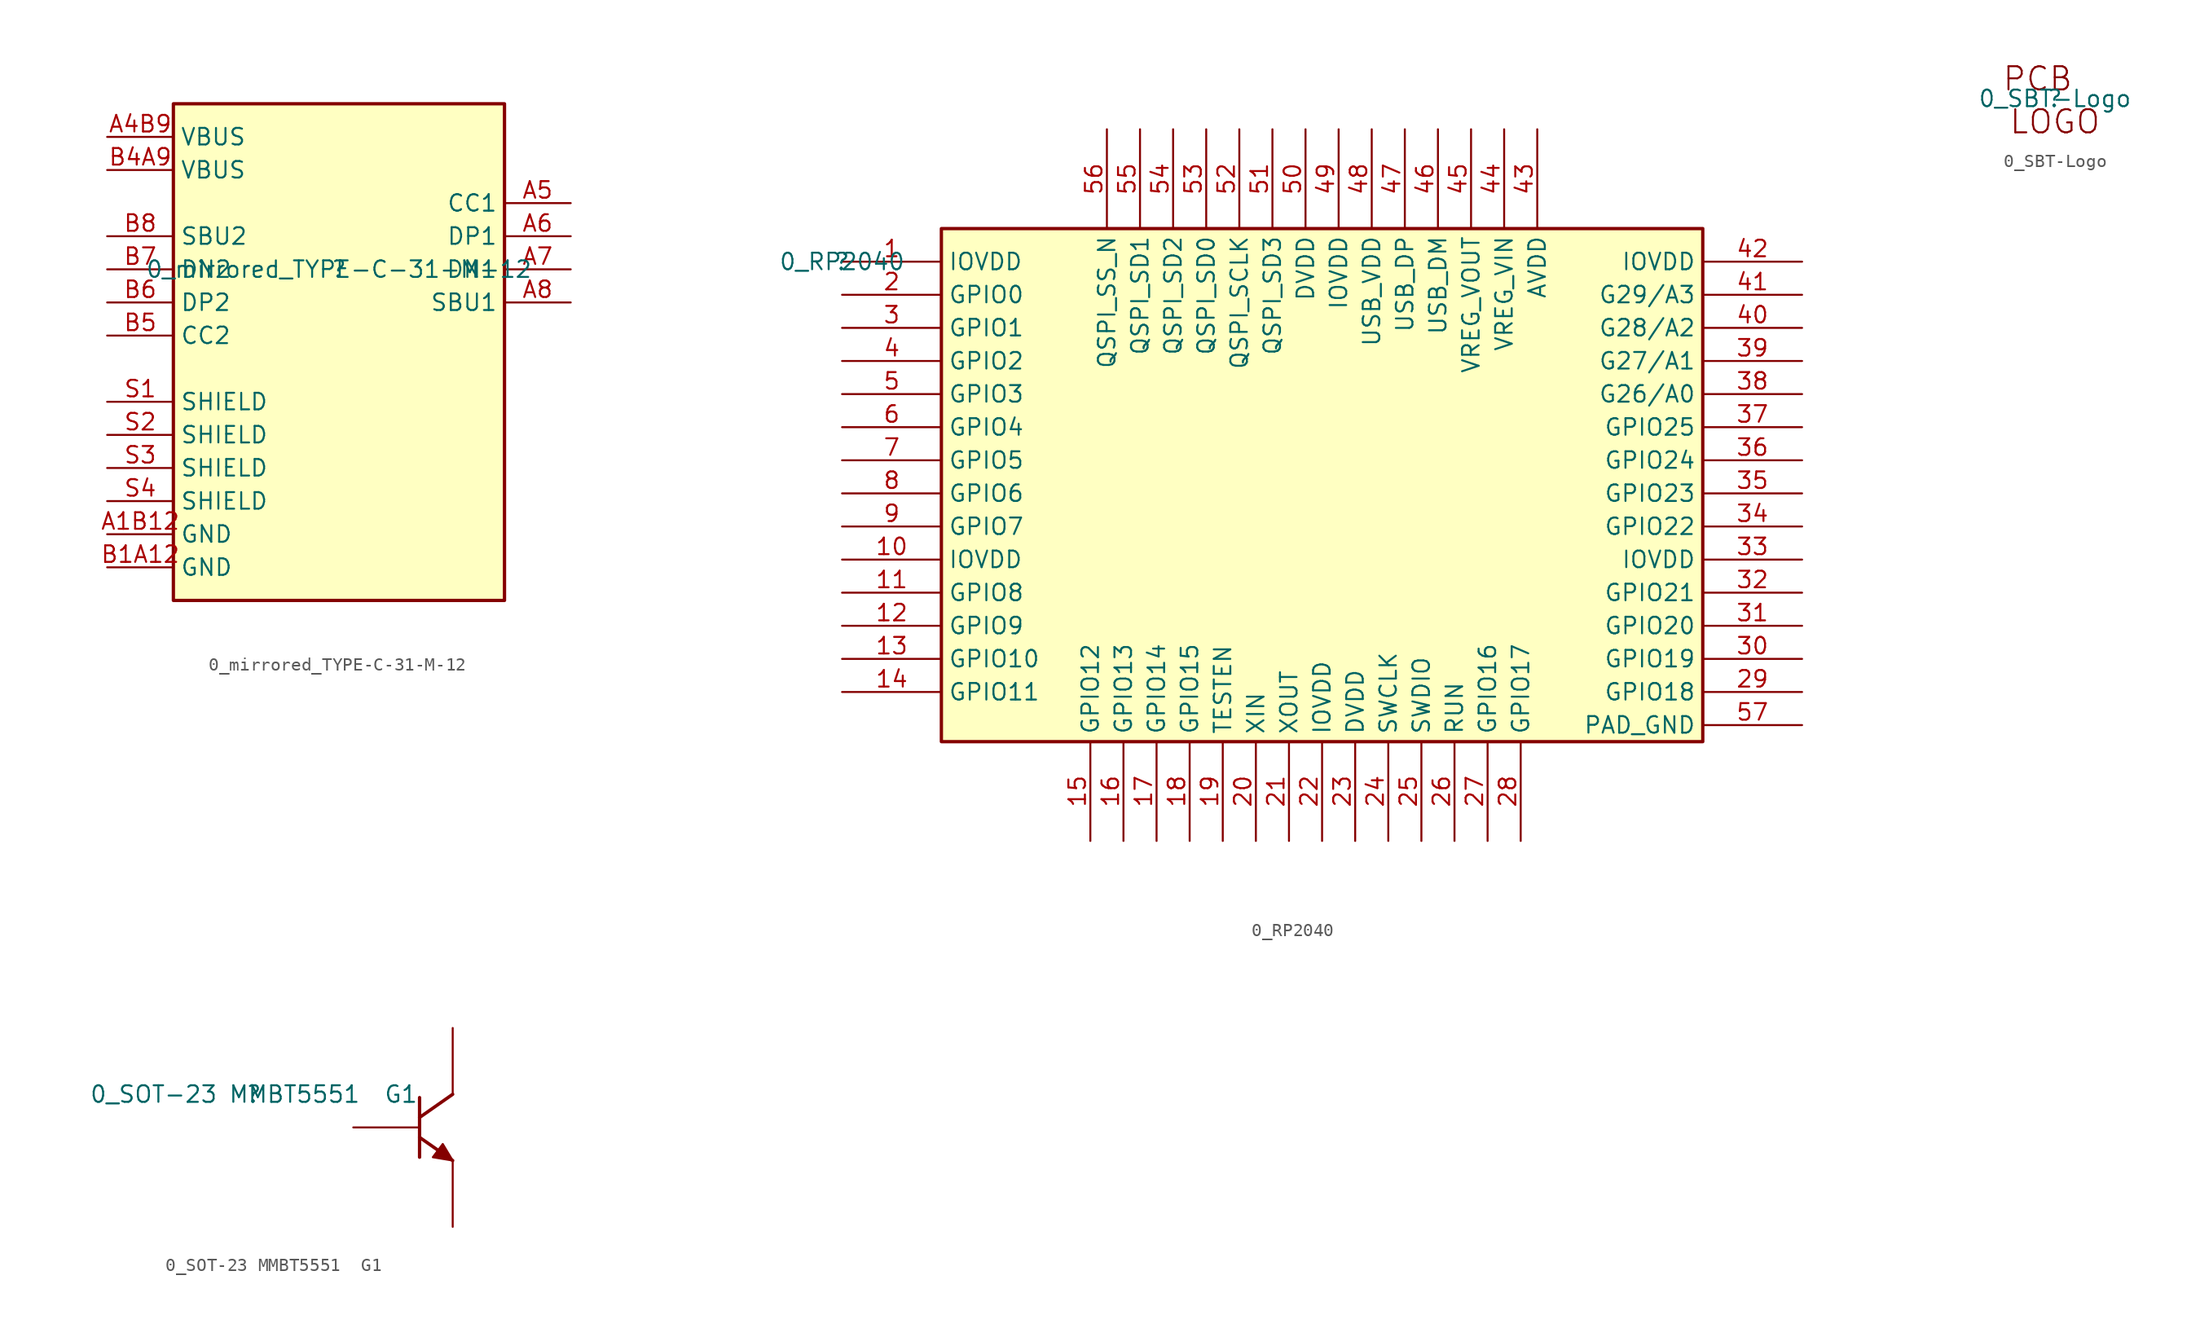
<source format=kicad_sym>
(kicad_symbol_lib
  (version 20211014)
  (generator kicad_symbol_editor)
  (symbol "0_mirrored_TYPE-C-31-M-12"
    (property "Reference" ""
      (at 0 0 0)
      (effects (font (size 1.27 1.27))))
    (property "Value" "0_mirrored_TYPE-C-31-M-12"
      (at 0 0 0)
      (effects (font (size 1.27 1.27))))
    (symbol "0_mirrored_TYPE-C-31-M-12_1_0"
      (rectangle (start 12.7 12.7) (end -12.7 -25.4) (stroke (width 0.254) (type default) (color 0 0 0 0)) (fill (type background)))
      (pin power_in line (at -17.78 -20.32 0) (length 5.08) (name "GND" (effects (font (size 1.27 1.27)))) (number "A1B12" (effects (font (size 1.27 1.27)))))
      (pin power_in line (at -17.78 10.16 0) (length 5.08) (name "VBUS" (effects (font (size 1.27 1.27)))) (number "A4B9" (effects (font (size 1.27 1.27)))))
      (pin bidirectional line (at 17.78 5.08 180) (length 5.08) (name "CC1" (effects (font (size 1.27 1.27)))) (number "A5" (effects (font (size 1.27 1.27)))))
      (pin bidirectional line (at 17.78 2.54 180) (length 5.08) (name "DP1" (effects (font (size 1.27 1.27)))) (number "A6" (effects (font (size 1.27 1.27)))))
      (pin bidirectional line (at 17.78 0 180) (length 5.08) (name "DN1" (effects (font (size 1.27 1.27)))) (number "A7" (effects (font (size 1.27 1.27)))))
      (pin bidirectional line (at 17.78 -2.54 180) (length 5.08) (name "SBU1" (effects (font (size 1.27 1.27)))) (number "A8" (effects (font (size 1.27 1.27)))))
      (pin power_in line (at -17.78 -22.86 0) (length 5.08) (name "GND" (effects (font (size 1.27 1.27)))) (number "B1A12" (effects (font (size 1.27 1.27)))))
      (pin power_in line (at -17.78 7.62 0) (length 5.08) (name "VBUS" (effects (font (size 1.27 1.27)))) (number "B4A9" (effects (font (size 1.27 1.27)))))
      (pin bidirectional line (at -17.78 -5.08 0) (length 5.08) (name "CC2" (effects (font (size 1.27 1.27)))) (number "B5" (effects (font (size 1.27 1.27)))))
      (pin bidirectional line (at -17.78 -2.54 0) (length 5.08) (name "DP2" (effects (font (size 1.27 1.27)))) (number "B6" (effects (font (size 1.27 1.27)))))
      (pin bidirectional line (at -17.78 0 0) (length 5.08) (name "DN2" (effects (font (size 1.27 1.27)))) (number "B7" (effects (font (size 1.27 1.27)))))
      (pin bidirectional line (at -17.78 2.54 0) (length 5.08) (name "SBU2" (effects (font (size 1.27 1.27)))) (number "B8" (effects (font (size 1.27 1.27)))))
      (pin passive line (at -17.78 -10.16 0) (length 5.08) (name "SHIELD" (effects (font (size 1.27 1.27)))) (number "S1" (effects (font (size 1.27 1.27)))))
      (pin passive line (at -17.78 -12.7 0) (length 5.08) (name "SHIELD" (effects (font (size 1.27 1.27)))) (number "S2" (effects (font (size 1.27 1.27)))))
      (pin passive line (at -17.78 -15.24 0) (length 5.08) (name "SHIELD" (effects (font (size 1.27 1.27)))) (number "S3" (effects (font (size 1.27 1.27)))))
      (pin passive line (at -17.78 -17.78 0) (length 5.08) (name "SHIELD" (effects (font (size 1.27 1.27)))) (number "S4" (effects (font (size 1.27 1.27)))))))
  (symbol "0_RP2040"
    (property "Reference" ""
      (at 0 0 0)
      (effects (font (size 1.27 1.27))))
    (property "Value" "0_RP2040"
      (at 0 0 0)
      (effects (font (size 1.27 1.27))))
    (symbol "0_RP2040_1_0"
      (rectangle (start 66.04 2.54) (end 7.62 -36.83) (stroke (width 0.254) (type default) (color 0 0 0 0)) (fill (type background)))
      (pin input line (at 0 0 0) (length 7.62) (name "IOVDD" (effects (font (size 1.27 1.27)))) (number "1" (effects (font (size 1.27 1.27)))))
      (pin input line (at 0 -22.86 0) (length 7.62) (name "IOVDD" (effects (font (size 1.27 1.27)))) (number "10" (effects (font (size 1.27 1.27)))))
      (pin input line (at 0 -25.4 0) (length 7.62) (name "GPIO8" (effects (font (size 1.27 1.27)))) (number "11" (effects (font (size 1.27 1.27)))))
      (pin input line (at 0 -27.94 0) (length 7.62) (name "GPIO9" (effects (font (size 1.27 1.27)))) (number "12" (effects (font (size 1.27 1.27)))))
      (pin bidirectional line (at 0 -30.48 0) (length 7.62) (name "GPIO10" (effects (font (size 1.27 1.27)))) (number "13" (effects (font (size 1.27 1.27)))))
      (pin input line (at 0 -33.02 0) (length 7.62) (name "GPIO11" (effects (font (size 1.27 1.27)))) (number "14" (effects (font (size 1.27 1.27)))))
      (pin input line (at 19.05 -44.45 90) (length 7.62) (name "GPIO12" (effects (font (size 1.27 1.27)))) (number "15" (effects (font (size 1.27 1.27)))))
      (pin input line (at 21.59 -44.45 90) (length 7.62) (name "GPIO13" (effects (font (size 1.27 1.27)))) (number "16" (effects (font (size 1.27 1.27)))))
      (pin input line (at 24.13 -44.45 90) (length 7.62) (name "GPIO14" (effects (font (size 1.27 1.27)))) (number "17" (effects (font (size 1.27 1.27)))))
      (pin input line (at 26.67 -44.45 90) (length 7.62) (name "GPIO15" (effects (font (size 1.27 1.27)))) (number "18" (effects (font (size 1.27 1.27)))))
      (pin input line (at 29.21 -44.45 90) (length 7.62) (name "TESTEN" (effects (font (size 1.27 1.27)))) (number "19" (effects (font (size 1.27 1.27)))))
      (pin bidirectional line (at 0 -2.54 0) (length 7.62) (name "GPIO0" (effects (font (size 1.27 1.27)))) (number "2" (effects (font (size 1.27 1.27)))))
      (pin input line (at 31.75 -44.45 90) (length 7.62) (name "XIN" (effects (font (size 1.27 1.27)))) (number "20" (effects (font (size 1.27 1.27)))))
      (pin input line (at 34.29 -44.45 90) (length 7.62) (name "XOUT" (effects (font (size 1.27 1.27)))) (number "21" (effects (font (size 1.27 1.27)))))
      (pin input line (at 36.83 -44.45 90) (length 7.62) (name "IOVDD" (effects (font (size 1.27 1.27)))) (number "22" (effects (font (size 1.27 1.27)))))
      (pin input line (at 39.37 -44.45 90) (length 7.62) (name "DVDD" (effects (font (size 1.27 1.27)))) (number "23" (effects (font (size 1.27 1.27)))))
      (pin input line (at 41.91 -44.45 90) (length 7.62) (name "SWCLK" (effects (font (size 1.27 1.27)))) (number "24" (effects (font (size 1.27 1.27)))))
      (pin input line (at 44.45 -44.45 90) (length 7.62) (name "SWDIO" (effects (font (size 1.27 1.27)))) (number "25" (effects (font (size 1.27 1.27)))))
      (pin input line (at 46.99 -44.45 90) (length 7.62) (name "RUN" (effects (font (size 1.27 1.27)))) (number "26" (effects (font (size 1.27 1.27)))))
      (pin input line (at 49.53 -44.45 90) (length 7.62) (name "GPIO16" (effects (font (size 1.27 1.27)))) (number "27" (effects (font (size 1.27 1.27)))))
      (pin input line (at 52.07 -44.45 90) (length 7.62) (name "GPIO17" (effects (font (size 1.27 1.27)))) (number "28" (effects (font (size 1.27 1.27)))))
      (pin input line (at 73.66 -33.02 180) (length 7.62) (name "GPIO18" (effects (font (size 1.27 1.27)))) (number "29" (effects (font (size 1.27 1.27)))))
      (pin bidirectional line (at 0 -5.08 0) (length 7.62) (name "GPIO1" (effects (font (size 1.27 1.27)))) (number "3" (effects (font (size 1.27 1.27)))))
      (pin input line (at 73.66 -30.48 180) (length 7.62) (name "GPIO19" (effects (font (size 1.27 1.27)))) (number "30" (effects (font (size 1.27 1.27)))))
      (pin input line (at 73.66 -27.94 180) (length 7.62) (name "GPIO20" (effects (font (size 1.27 1.27)))) (number "31" (effects (font (size 1.27 1.27)))))
      (pin input line (at 73.66 -25.4 180) (length 7.62) (name "GPIO21" (effects (font (size 1.27 1.27)))) (number "32" (effects (font (size 1.27 1.27)))))
      (pin input line (at 73.66 -22.86 180) (length 7.62) (name "IOVDD" (effects (font (size 1.27 1.27)))) (number "33" (effects (font (size 1.27 1.27)))))
      (pin input line (at 73.66 -20.32 180) (length 7.62) (name "GPIO22" (effects (font (size 1.27 1.27)))) (number "34" (effects (font (size 1.27 1.27)))))
      (pin input line (at 73.66 -17.78 180) (length 7.62) (name "GPIO23" (effects (font (size 1.27 1.27)))) (number "35" (effects (font (size 1.27 1.27)))))
      (pin input line (at 73.66 -15.24 180) (length 7.62) (name "GPIO24" (effects (font (size 1.27 1.27)))) (number "36" (effects (font (size 1.27 1.27)))))
      (pin input line (at 73.66 -12.7 180) (length 7.62) (name "GPIO25" (effects (font (size 1.27 1.27)))) (number "37" (effects (font (size 1.27 1.27)))))
      (pin input line (at 73.66 -10.16 180) (length 7.62) (name "G26/A0" (effects (font (size 1.27 1.27)))) (number "38" (effects (font (size 1.27 1.27)))))
      (pin input line (at 73.66 -7.62 180) (length 7.62) (name "G27/A1" (effects (font (size 1.27 1.27)))) (number "39" (effects (font (size 1.27 1.27)))))
      (pin bidirectional line (at 0 -7.62 0) (length 7.62) (name "GPIO2" (effects (font (size 1.27 1.27)))) (number "4" (effects (font (size 1.27 1.27)))))
      (pin input line (at 73.66 -5.08 180) (length 7.62) (name "G28/A2" (effects (font (size 1.27 1.27)))) (number "40" (effects (font (size 1.27 1.27)))))
      (pin input line (at 73.66 -2.54 180) (length 7.62) (name "G29/A3" (effects (font (size 1.27 1.27)))) (number "41" (effects (font (size 1.27 1.27)))))
      (pin input line (at 73.66 0 180) (length 7.62) (name "IOVDD" (effects (font (size 1.27 1.27)))) (number "42" (effects (font (size 1.27 1.27)))))
      (pin input line (at 53.34 10.16 270) (length 7.62) (name "AVDD" (effects (font (size 1.27 1.27)))) (number "43" (effects (font (size 1.27 1.27)))))
      (pin input line (at 50.8 10.16 270) (length 7.62) (name "VREG_VIN" (effects (font (size 1.27 1.27)))) (number "44" (effects (font (size 1.27 1.27)))))
      (pin input line (at 48.26 10.16 270) (length 7.62) (name "VREG_VOUT" (effects (font (size 1.27 1.27)))) (number "45" (effects (font (size 1.27 1.27)))))
      (pin input line (at 45.72 10.16 270) (length 7.62) (name "USB_DM" (effects (font (size 1.27 1.27)))) (number "46" (effects (font (size 1.27 1.27)))))
      (pin input line (at 43.18 10.16 270) (length 7.62) (name "USB_DP" (effects (font (size 1.27 1.27)))) (number "47" (effects (font (size 1.27 1.27)))))
      (pin input line (at 40.64 10.16 270) (length 7.62) (name "USB_VDD" (effects (font (size 1.27 1.27)))) (number "48" (effects (font (size 1.27 1.27)))))
      (pin input line (at 38.1 10.16 270) (length 7.62) (name "IOVDD" (effects (font (size 1.27 1.27)))) (number "49" (effects (font (size 1.27 1.27)))))
      (pin input line (at 0 -10.16 0) (length 7.62) (name "GPIO3" (effects (font (size 1.27 1.27)))) (number "5" (effects (font (size 1.27 1.27)))))
      (pin input line (at 35.56 10.16 270) (length 7.62) (name "DVDD" (effects (font (size 1.27 1.27)))) (number "50" (effects (font (size 1.27 1.27)))))
      (pin input line (at 33.02 10.16 270) (length 7.62) (name "QSPI_SD3" (effects (font (size 1.27 1.27)))) (number "51" (effects (font (size 1.27 1.27)))))
      (pin input line (at 30.48 10.16 270) (length 7.62) (name "QSPI_SCLK" (effects (font (size 1.27 1.27)))) (number "52" (effects (font (size 1.27 1.27)))))
      (pin input line (at 27.94 10.16 270) (length 7.62) (name "QSPI_SD0" (effects (font (size 1.27 1.27)))) (number "53" (effects (font (size 1.27 1.27)))))
      (pin input line (at 25.4 10.16 270) (length 7.62) (name "QSPI_SD2" (effects (font (size 1.27 1.27)))) (number "54" (effects (font (size 1.27 1.27)))))
      (pin input line (at 22.86 10.16 270) (length 7.62) (name "QSPI_SD1" (effects (font (size 1.27 1.27)))) (number "55" (effects (font (size 1.27 1.27)))))
      (pin input line (at 20.32 10.16 270) (length 7.62) (name "QSPI_SS_N" (effects (font (size 1.27 1.27)))) (number "56" (effects (font (size 1.27 1.27)))))
      (pin input line (at 73.66 -35.56 180) (length 7.62) (name "PAD_GND" (effects (font (size 1.27 1.27)))) (number "57" (effects (font (size 1.27 1.27)))))
      (pin input line (at 0 -12.7 0) (length 7.62) (name "GPIO4" (effects (font (size 1.27 1.27)))) (number "6" (effects (font (size 1.27 1.27)))))
      (pin input line (at 0 -15.24 0) (length 7.62) (name "GPIO5" (effects (font (size 1.27 1.27)))) (number "7" (effects (font (size 1.27 1.27)))))
      (pin input line (at 0 -17.78 0) (length 7.62) (name "GPIO6" (effects (font (size 1.27 1.27)))) (number "8" (effects (font (size 1.27 1.27)))))
      (pin bidirectional line (at 0 -20.32 0) (length 7.62) (name "GPIO7" (effects (font (size 1.27 1.27)))) (number "9" (effects (font (size 1.27 1.27)))))))
  (symbol "0_SBT-Logo"
    (property "Reference" ""
      (at 0 0 0)
      (effects (font (size 1.27 1.27))))
    (property "Value" "0_SBT-Logo"
      (at 0 0 0)
      (effects (font (size 1.27 1.27))))
    (symbol "0_SBT-Logo_1_0"
      (text "LOGO" (at 0 -1.778 0) (effects (font (size 1.778 1.778))))
      (text "PCB" (at -1.328 1.524 0) (effects (font (size 1.778 1.778))))))
  (symbol "0_SOT-23 MMBT5551  G1"
    (property "Reference" ""
      (at 0 0 0)
      (effects (font (size 1.27 1.27))))
    (property "Value" "0_SOT-23 MMBT5551  G1"
      (at 0 0 0)
      (effects (font (size 1.27 1.27))))
    (symbol "0_SOT-23 MMBT5551  G1_1_0"
      (polyline (pts (xy 12.7 -3.302) (xy 15.24 -5.08)) (stroke (width 0.254) (type default) (color 0 0 0 0)) (fill (type none)))
      (polyline (pts (xy 12.7 -0.254) (xy 12.7 -4.826)) (stroke (width 0.254) (type default) (color 0 0 0 0)) (fill (type none)))
      (polyline (pts (xy 15.24 0) (xy 12.7 -1.778)) (stroke (width 0.254) (type default) (color 0 0 0 0)) (fill (type none)))
      (polyline (pts (xy 15.24 -5.08) (xy 14.478 -3.81) (xy 13.716 -4.826) (xy 15.24 -5.08)) (stroke (width 0) (type default) (color 0 0 0 0)) (fill (type outline)))
      (pin passive line (at 7.62 -2.54 0) (length 5.08) (name "B" (effects (font (size 0 0)))) (number "1" (effects (font (size 0 0)))))
      (pin passive line (at 15.24 -10.16 90) (length 5.08) (name "E" (effects (font (size 0 0)))) (number "2" (effects (font (size 0 0)))))
      (pin passive line (at 15.24 5.08 270) (length 5.08) (name "C" (effects (font (size 0 0)))) (number "3" (effects (font (size 0 0))))))))
</source>
